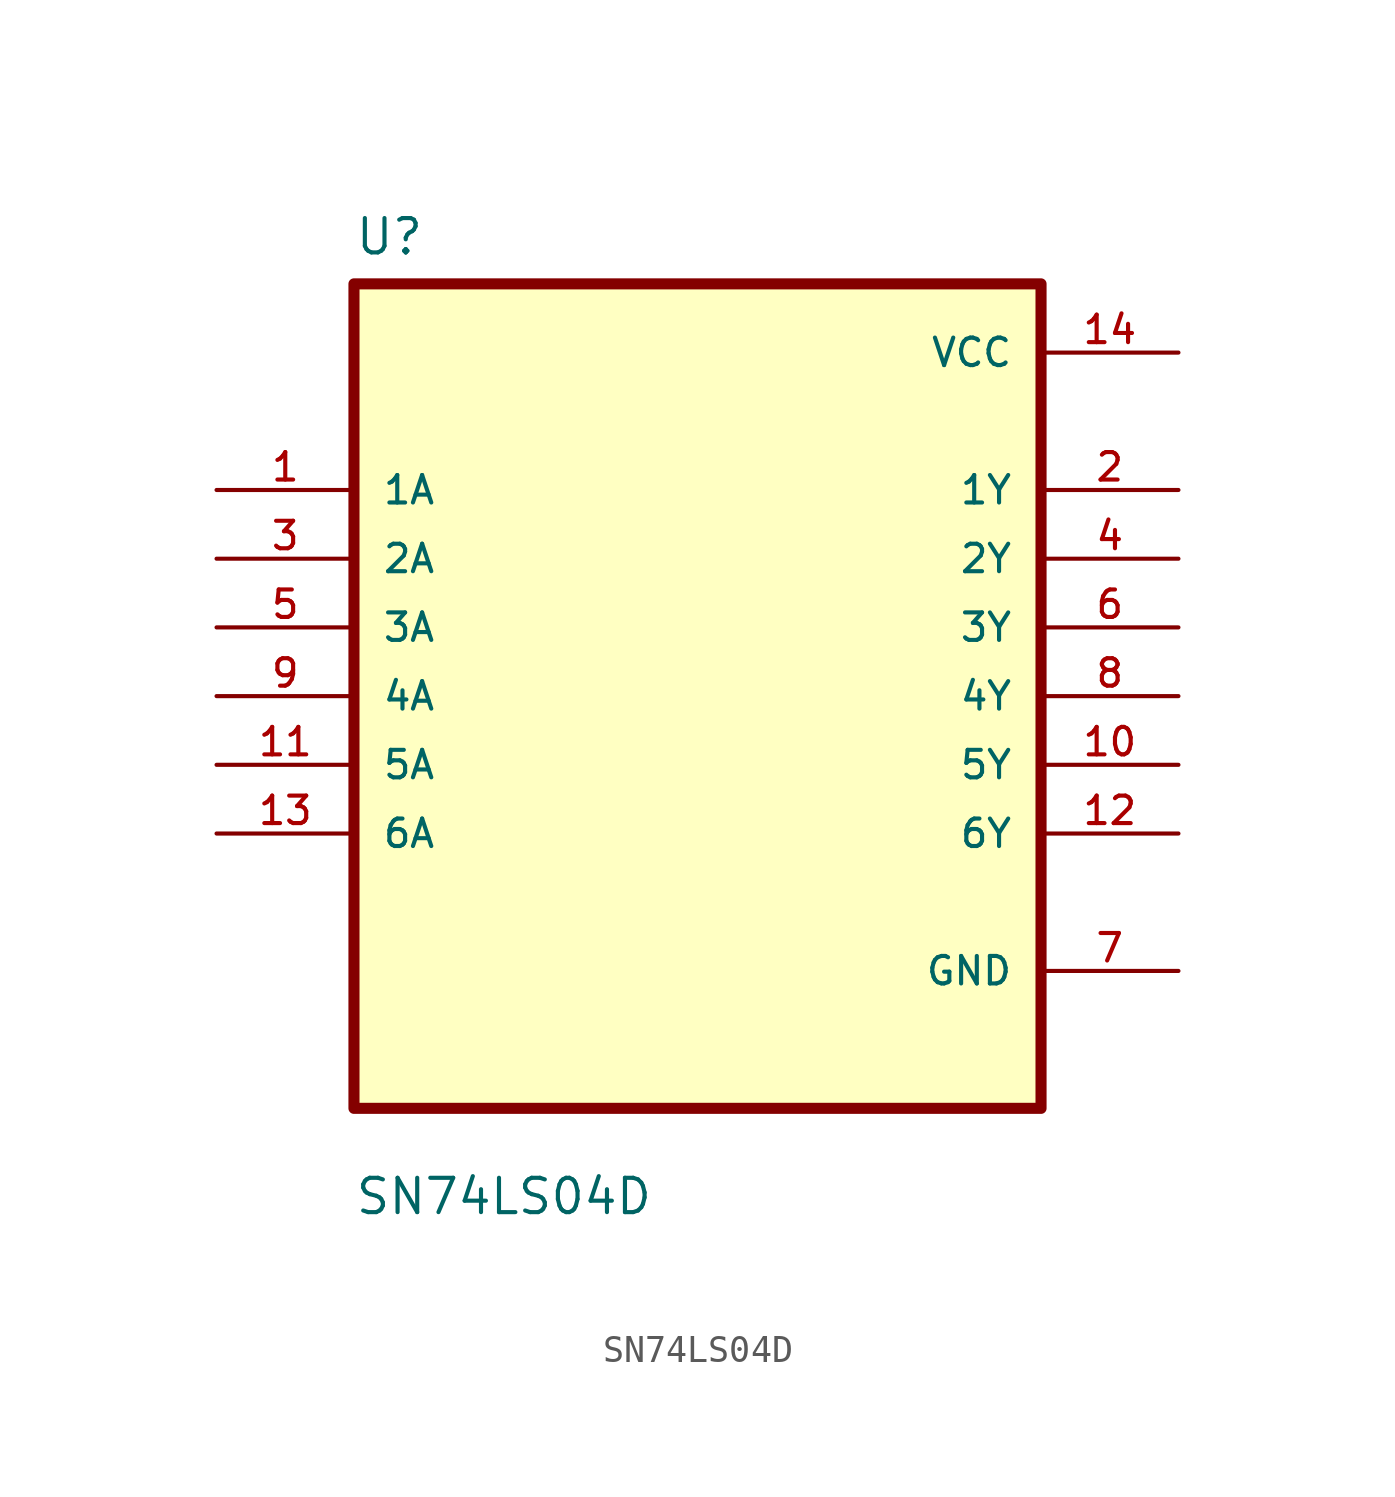
<source format=kicad_sym>
(kicad_symbol_lib
  (version 20211014)
  (generator kicad_symbol_editor)
  (symbol "SN74LS04D"
    (pin_names
      (offset 1.016))
    (property "Reference" "U"
      (at -12.7 16.24 0.0)
      (effects (font (size 1.27 1.27)) (justify bottom left)))
    (property "Value" "SN74LS04D"
      (at -12.7 -19.24 0.0)
      (effects (font (size 1.27 1.27)) (justify bottom left)))
    (symbol "SN74LS04D_0_0"
      (rectangle (start -12.7 -15.24) (end 12.7 15.24) (stroke (width 0.41)) (fill (type background)))
      (pin input line (at -17.78 7.62 0) (length 5.08) (name "1A" (effects (font (size 1.016 1.016)))) (number "1" (effects (font (size 1.016 1.016)))))
      (pin input line (at -17.78 5.08 0) (length 5.08) (name "2A" (effects (font (size 1.016 1.016)))) (number "3" (effects (font (size 1.016 1.016)))))
      (pin input line (at -17.78 2.54 0) (length 5.08) (name "3A" (effects (font (size 1.016 1.016)))) (number "5" (effects (font (size 1.016 1.016)))))
      (pin input line (at -17.78 0.0 0) (length 5.08) (name "4A" (effects (font (size 1.016 1.016)))) (number "9" (effects (font (size 1.016 1.016)))))
      (pin input line (at -17.78 -2.54 0) (length 5.08) (name "5A" (effects (font (size 1.016 1.016)))) (number "11" (effects (font (size 1.016 1.016)))))
      (pin input line (at -17.78 -5.08 0) (length 5.08) (name "6A" (effects (font (size 1.016 1.016)))) (number "13" (effects (font (size 1.016 1.016)))))
      (pin power_in line (at 17.78 12.7 180.0) (length 5.08) (name "VCC" (effects (font (size 1.016 1.016)))) (number "14" (effects (font (size 1.016 1.016)))))
      (pin output line (at 17.78 7.62 180.0) (length 5.08) (name "1Y" (effects (font (size 1.016 1.016)))) (number "2" (effects (font (size 1.016 1.016)))))
      (pin output line (at 17.78 5.08 180.0) (length 5.08) (name "2Y" (effects (font (size 1.016 1.016)))) (number "4" (effects (font (size 1.016 1.016)))))
      (pin output line (at 17.78 2.54 180.0) (length 5.08) (name "3Y" (effects (font (size 1.016 1.016)))) (number "6" (effects (font (size 1.016 1.016)))))
      (pin output line (at 17.78 -8.88178e-16 180.0) (length 5.08) (name "4Y" (effects (font (size 1.016 1.016)))) (number "8" (effects (font (size 1.016 1.016)))))
      (pin output line (at 17.78 -2.54 180.0) (length 5.08) (name "5Y" (effects (font (size 1.016 1.016)))) (number "10" (effects (font (size 1.016 1.016)))))
      (pin output line (at 17.78 -5.08 180.0) (length 5.08) (name "6Y" (effects (font (size 1.016 1.016)))) (number "12" (effects (font (size 1.016 1.016)))))
      (pin power_in line (at 17.78 -10.16 180.0) (length 5.08) (name "GND" (effects (font (size 1.016 1.016)))) (number "7" (effects (font (size 1.016 1.016))))))))
</source>
